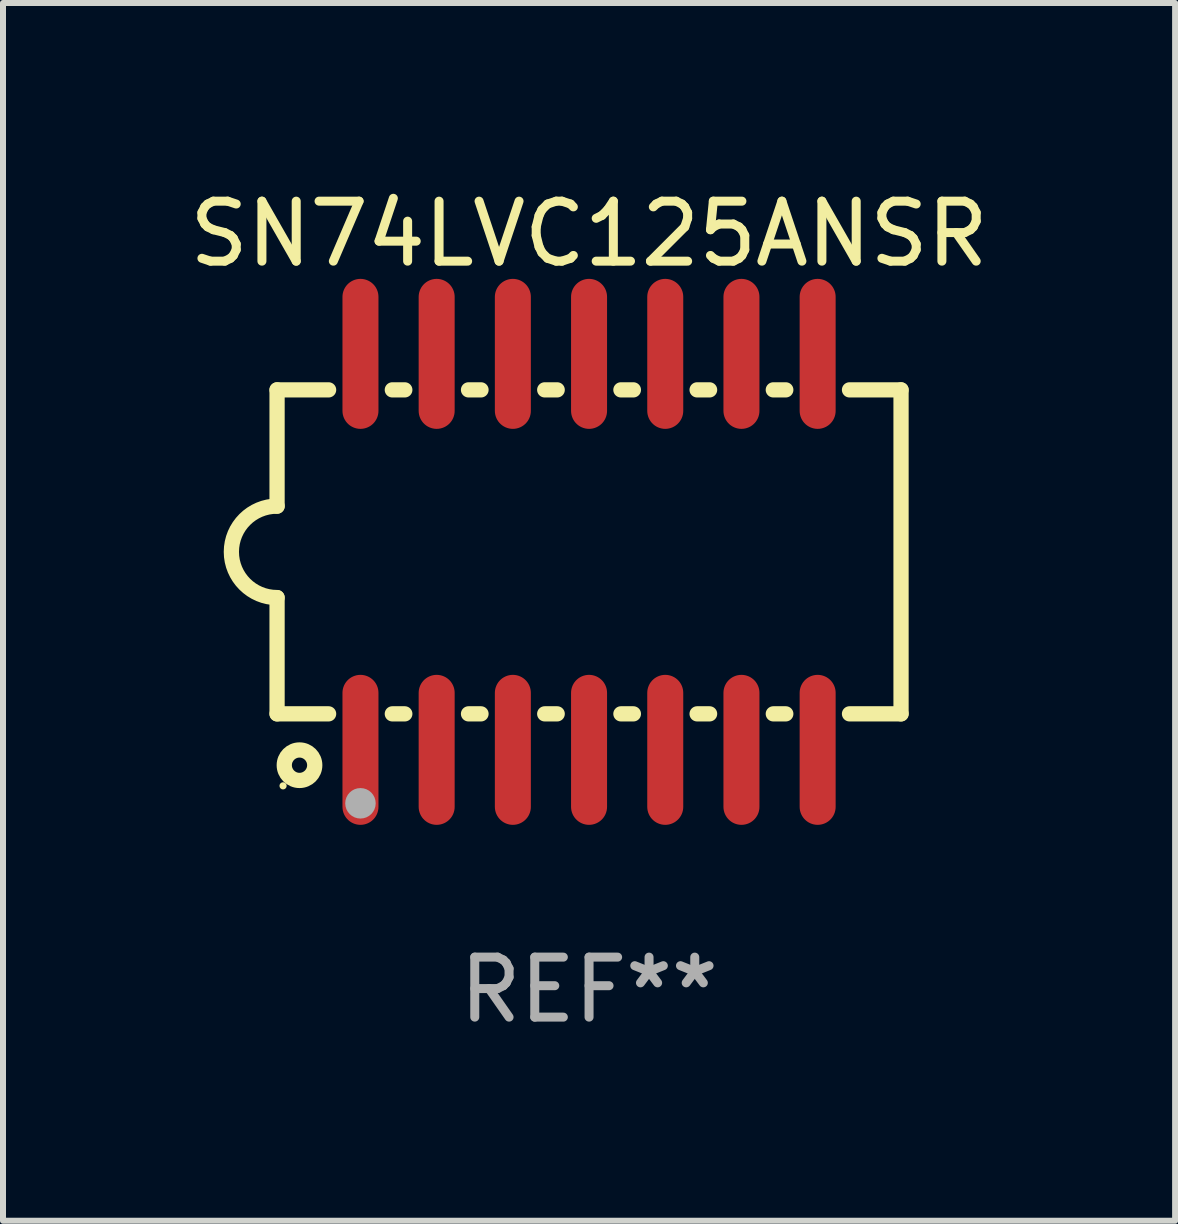
<source format=kicad_pcb>
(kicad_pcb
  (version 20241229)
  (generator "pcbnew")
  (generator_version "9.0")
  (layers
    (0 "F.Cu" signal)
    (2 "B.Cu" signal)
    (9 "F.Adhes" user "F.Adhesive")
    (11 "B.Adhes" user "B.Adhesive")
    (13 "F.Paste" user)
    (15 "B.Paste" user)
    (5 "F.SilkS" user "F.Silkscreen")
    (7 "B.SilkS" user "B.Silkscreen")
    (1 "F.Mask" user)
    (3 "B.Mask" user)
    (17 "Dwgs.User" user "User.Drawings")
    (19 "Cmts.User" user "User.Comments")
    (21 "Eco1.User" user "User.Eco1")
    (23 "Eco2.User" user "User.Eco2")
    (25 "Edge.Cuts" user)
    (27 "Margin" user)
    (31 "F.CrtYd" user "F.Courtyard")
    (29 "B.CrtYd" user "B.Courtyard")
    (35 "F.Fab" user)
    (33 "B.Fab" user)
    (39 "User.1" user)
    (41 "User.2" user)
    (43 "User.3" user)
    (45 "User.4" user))
  (footprint "SN74LVC125ANSR"
    (layer "F.Cu")
    (at 6.768 6.148)
    (property "Reference" "SN74LVC125ANSR" (at 0 -5.3 0) (layer "F.SilkS") (effects (font (size 1 1) (thickness 0.15))))
    (attr through_hole)
    (fp_line (start -5.2 -2.7) (end -5.2 -0.762) (stroke (width 0.254) (type solid)) (layer "F.SilkS"))
    (fp_line (start -5.2 -2.7) (end -4.341 -2.7) (stroke (width 0.254) (type solid)) (layer "F.SilkS"))
    (fp_line (start -5.2 2.7) (end -5.2 0.762) (stroke (width 0.254) (type solid)) (layer "F.SilkS"))
    (fp_line (start -4.341 2.7) (end -5.2 2.7) (stroke (width 0.254) (type solid)) (layer "F.SilkS"))
    (fp_line (start -3.279 -2.7) (end -3.071 -2.7) (stroke (width 0.254) (type solid)) (layer "F.SilkS"))
    (fp_line (start -3.071 2.7) (end -3.279 2.7) (stroke (width 0.254) (type solid)) (layer "F.SilkS"))
    (fp_line (start -2.009 -2.7) (end -1.801 -2.7) (stroke (width 0.254) (type solid)) (layer "F.SilkS"))
    (fp_line (start -1.801 2.7) (end -2.009 2.7) (stroke (width 0.254) (type solid)) (layer "F.SilkS"))
    (fp_line (start -0.739 -2.7) (end -0.531 -2.7) (stroke (width 0.254) (type solid)) (layer "F.SilkS"))
    (fp_line (start -0.531 2.7) (end -0.739 2.7) (stroke (width 0.254) (type solid)) (layer "F.SilkS"))
    (fp_line (start 0.531 -2.7) (end 0.739 -2.7) (stroke (width 0.254) (type solid)) (layer "F.SilkS"))
    (fp_line (start 0.739 2.7) (end 0.531 2.7) (stroke (width 0.254) (type solid)) (layer "F.SilkS"))
    (fp_line (start 1.801 -2.7) (end 2.009 -2.7) (stroke (width 0.254) (type solid)) (layer "F.SilkS"))
    (fp_line (start 2.009 2.7) (end 1.801 2.7) (stroke (width 0.254) (type solid)) (layer "F.SilkS"))
    (fp_line (start 3.071 -2.7) (end 3.279 -2.7) (stroke (width 0.254) (type solid)) (layer "F.SilkS"))
    (fp_line (start 3.279 2.7) (end 3.071 2.7) (stroke (width 0.254) (type solid)) (layer "F.SilkS"))
    (fp_line (start 4.341 -2.7) (end 5.2 -2.7) (stroke (width 0.254) (type solid)) (layer "F.SilkS"))
    (fp_line (start 5.2 2.7) (end 4.341 2.7) (stroke (width 0.254) (type solid)) (layer "F.SilkS"))
    (fp_line (start 5.2 2.7) (end 5.2 -2.7) (stroke (width 0.254) (type solid)) (layer "F.SilkS"))
    (fp_arc (start -5.2 0.762002) (mid -5.961393 -0.000305) (end -5.199391 -0.762002) (stroke (width 0.254001) (type solid)) (layer "F.SilkS"))
    (fp_circle (center -5.1 3.9) (end -5.07 3.9) (stroke (width 0.06) (type solid)) (fill no) (layer "F.SilkS"))
    (fp_circle (center -4.826 3.556) (end -4.572 3.556) (stroke (width 0.254) (type solid)) (fill no) (layer "F.SilkS"))
    (fp_circle (center -3.81 4.191) (end -3.683 4.191) (stroke (width 0.254) (type solid)) (fill no) (layer "F.Fab"))
    (fp_text user "REF**" (at 0 7.3 0) (layer "F.Fab") (effects (font (size 1 1) (thickness 0.15))))
    (pad "1" smd oval (at -3.81 3.3) (size 0.6 2.5) (layers "F.Cu" "F.Mask" "F.Paste"))
    (pad "2" smd oval (at -2.54 3.3) (size 0.6 2.5) (layers "F.Cu" "F.Mask" "F.Paste"))
    (pad "3" smd oval (at -1.27 3.3) (size 0.6 2.5) (layers "F.Cu" "F.Mask" "F.Paste"))
    (pad "4" smd oval (at 0 3.3) (size 0.6 2.5) (layers "F.Cu" "F.Mask" "F.Paste"))
    (pad "5" smd oval (at 1.27 3.3) (size 0.6 2.5) (layers "F.Cu" "F.Mask" "F.Paste"))
    (pad "6" smd oval (at 2.54 3.3) (size 0.6 2.5) (layers "F.Cu" "F.Mask" "F.Paste"))
    (pad "7" smd oval (at 3.81 3.3) (size 0.6 2.5) (layers "F.Cu" "F.Mask" "F.Paste"))
    (pad "8" smd oval (at 3.81 -3.3) (size 0.6 2.5) (layers "F.Cu" "F.Mask" "F.Paste"))
    (pad "9" smd oval (at 2.54 -3.3) (size 0.6 2.5) (layers "F.Cu" "F.Mask" "F.Paste"))
    (pad "10" smd oval (at 1.27 -3.3) (size 0.6 2.5) (layers "F.Cu" "F.Mask" "F.Paste"))
    (pad "11" smd oval (at 0 -3.3) (size 0.6 2.5) (layers "F.Cu" "F.Mask" "F.Paste"))
    (pad "12" smd oval (at -1.27 -3.3) (size 0.6 2.5) (layers "F.Cu" "F.Mask" "F.Paste"))
    (pad "13" smd oval (at -2.54 -3.3) (size 0.6 2.5) (layers "F.Cu" "F.Mask" "F.Paste"))
    (pad "14" smd oval (at -3.81 -3.3) (size 0.6 2.5) (layers "F.Cu" "F.Mask" "F.Paste")))
  (gr_rect
    (start -3 -3)
    (end 16.536 17.297)
    (stroke (width 0.1) (type default))
    (fill no)
    (layer "Edge.Cuts")))
</source>
